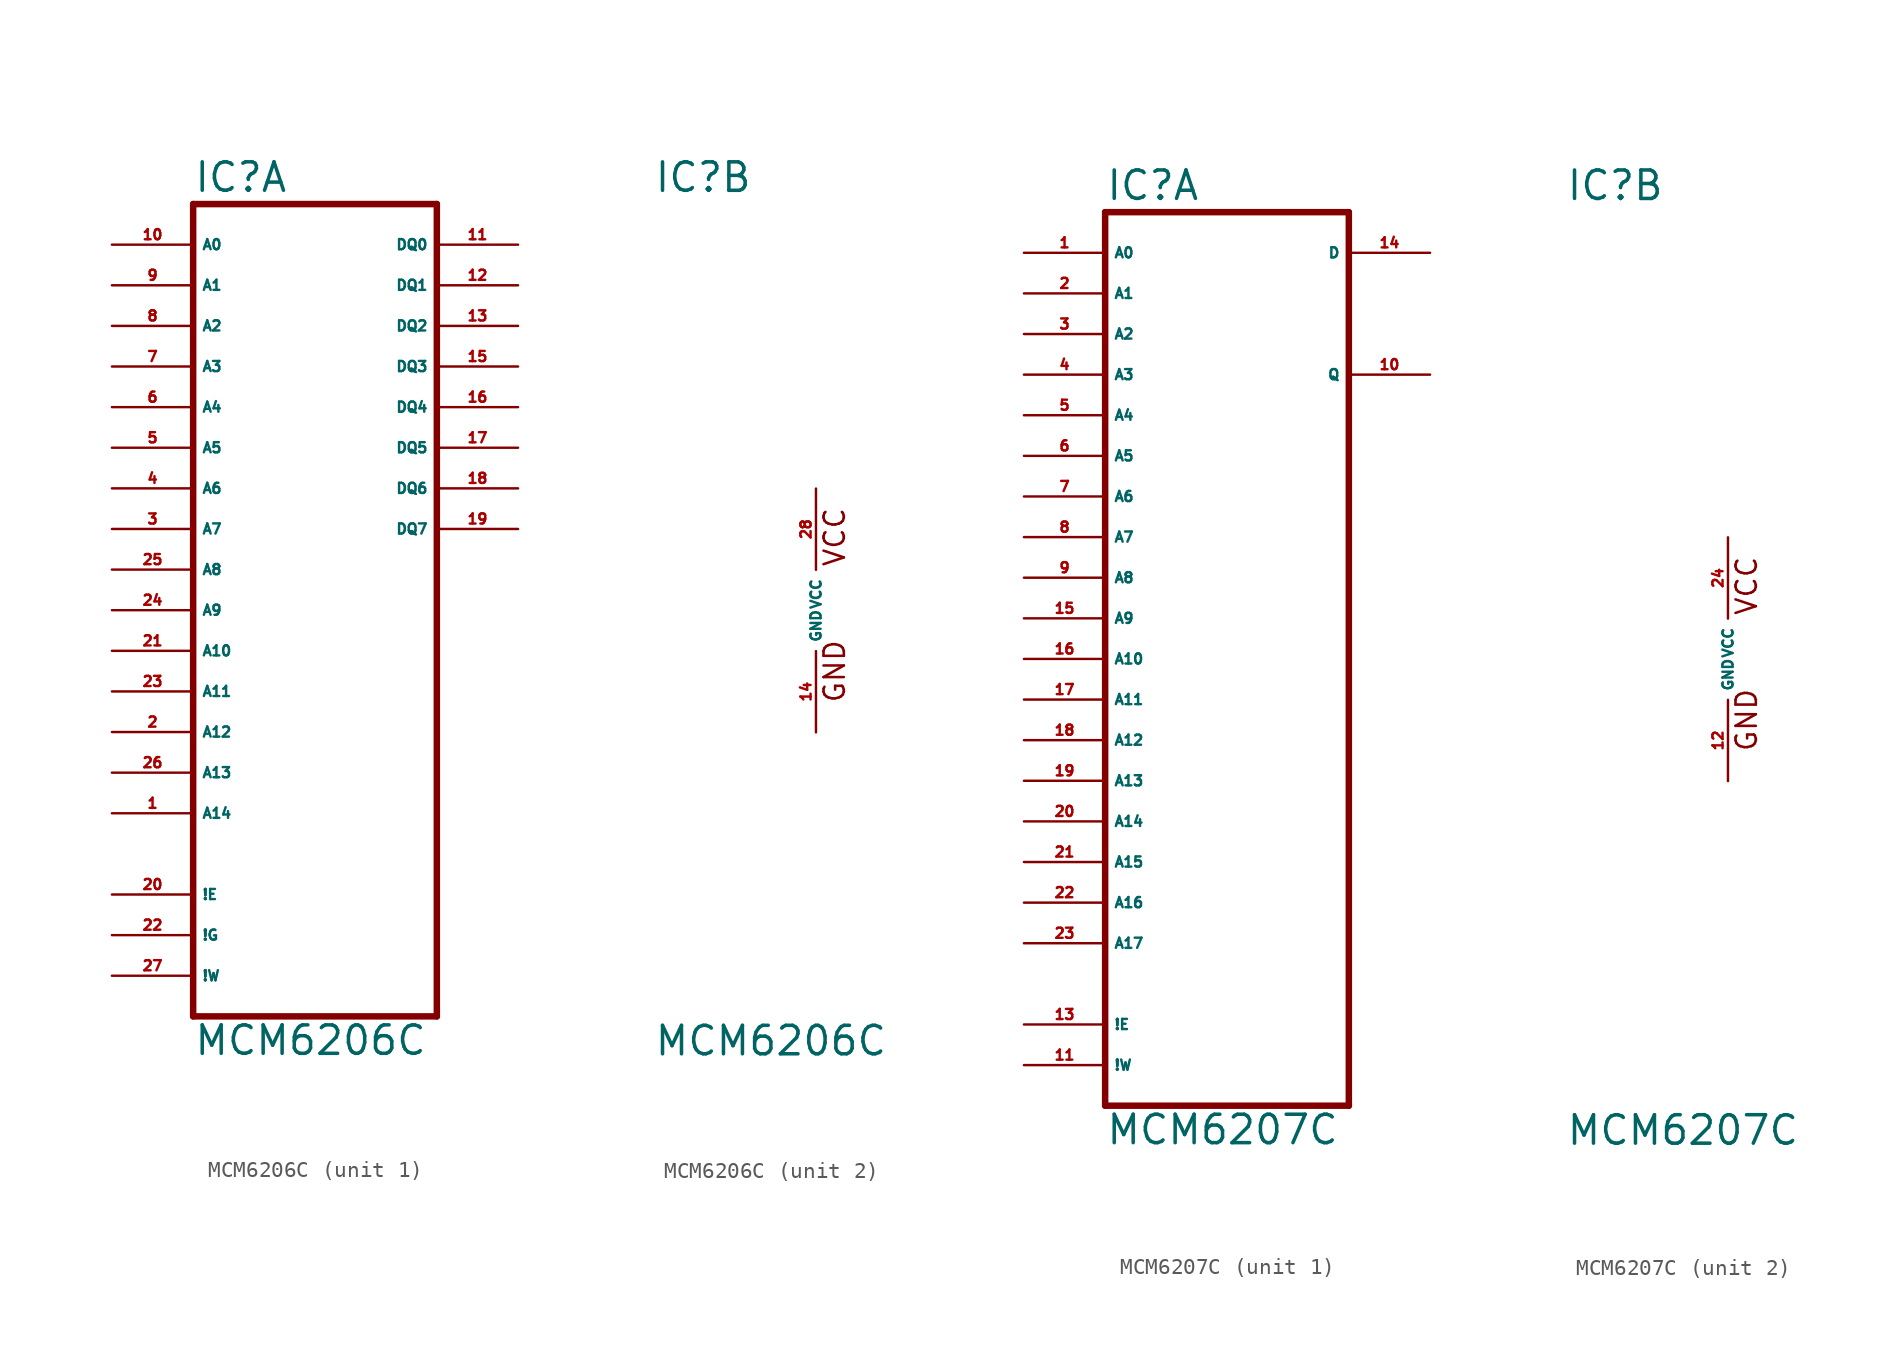
<source format=kicad_sym>
(kicad_symbol_lib
  (version 20220914)
  (generator Eagle2Kicad)
  (symbol "MCM6206C"
    (property "Reference" "IC"
      (at -10.16 26.035 0)
      (effects (font (size 1.778 1.778) (thickness 0.22)) (justify left bottom)))
    (property "Value" "MCM6206C"
      (at -10.16 -27.94 0)
      (effects (font (size 1.778 1.778) (thickness 0.22)) (justify left bottom)))
    (symbol "MCM6206C_1_0"
      (polyline (pts (xy -10.16 25.4) (xy -10.16 -25.4)) (stroke (width 0.406) (type default)) (fill (type none)))
      (polyline (pts (xy 5.08 -25.4) (xy -10.16 -25.4)) (stroke (width 0.406) (type default)) (fill (type none)))
      (polyline (pts (xy 5.08 -25.4) (xy 5.08 25.4)) (stroke (width 0.406) (type default)) (fill (type none)))
      (polyline (pts (xy -10.16 25.4) (xy 5.08 25.4)) (stroke (width 0.406) (type default)) (fill (type none)))
      (pin input line (at -15.24 22.86 0) (length 5.08) (name "A0" (effects (font (size 0.635 0.635) (thickness 0.08)) (justify left bottom))) (number "10" (effects (font (size 0.635 0.635) (thickness 0.08)) (justify left bottom))))
      (pin input line (at -15.24 20.32 0) (length 5.08) (name "A1" (effects (font (size 0.635 0.635) (thickness 0.08)) (justify left bottom))) (number "9" (effects (font (size 0.635 0.635) (thickness 0.08)) (justify left bottom))))
      (pin input line (at -15.24 17.78 0) (length 5.08) (name "A2" (effects (font (size 0.635 0.635) (thickness 0.08)) (justify left bottom))) (number "8" (effects (font (size 0.635 0.635) (thickness 0.08)) (justify left bottom))))
      (pin input line (at -15.24 15.24 0) (length 5.08) (name "A3" (effects (font (size 0.635 0.635) (thickness 0.08)) (justify left bottom))) (number "7" (effects (font (size 0.635 0.635) (thickness 0.08)) (justify left bottom))))
      (pin input line (at -15.24 12.7 0) (length 5.08) (name "A4" (effects (font (size 0.635 0.635) (thickness 0.08)) (justify left bottom))) (number "6" (effects (font (size 0.635 0.635) (thickness 0.08)) (justify left bottom))))
      (pin input line (at -15.24 10.16 0) (length 5.08) (name "A5" (effects (font (size 0.635 0.635) (thickness 0.08)) (justify left bottom))) (number "5" (effects (font (size 0.635 0.635) (thickness 0.08)) (justify left bottom))))
      (pin input line (at -15.24 7.62 0) (length 5.08) (name "A6" (effects (font (size 0.635 0.635) (thickness 0.08)) (justify left bottom))) (number "4" (effects (font (size 0.635 0.635) (thickness 0.08)) (justify left bottom))))
      (pin input line (at -15.24 5.08 0) (length 5.08) (name "A7" (effects (font (size 0.635 0.635) (thickness 0.08)) (justify left bottom))) (number "3" (effects (font (size 0.635 0.635) (thickness 0.08)) (justify left bottom))))
      (pin input line (at -15.24 2.54 0) (length 5.08) (name "A8" (effects (font (size 0.635 0.635) (thickness 0.08)) (justify left bottom))) (number "25" (effects (font (size 0.635 0.635) (thickness 0.08)) (justify left bottom))))
      (pin bidirectional line (at 10.16 22.86 180) (length 5.08) (name "DQ0" (effects (font (size 0.635 0.635) (thickness 0.08)) (justify left bottom))) (number "11" (effects (font (size 0.635 0.635) (thickness 0.08)) (justify left bottom))))
      (pin bidirectional line (at 10.16 20.32 180) (length 5.08) (name "DQ1" (effects (font (size 0.635 0.635) (thickness 0.08)) (justify left bottom))) (number "12" (effects (font (size 0.635 0.635) (thickness 0.08)) (justify left bottom))))
      (pin bidirectional line (at 10.16 17.78 180) (length 5.08) (name "DQ2" (effects (font (size 0.635 0.635) (thickness 0.08)) (justify left bottom))) (number "13" (effects (font (size 0.635 0.635) (thickness 0.08)) (justify left bottom))))
      (pin bidirectional line (at 10.16 15.24 180) (length 5.08) (name "DQ3" (effects (font (size 0.635 0.635) (thickness 0.08)) (justify left bottom))) (number "15" (effects (font (size 0.635 0.635) (thickness 0.08)) (justify left bottom))))
      (pin bidirectional line (at 10.16 12.7 180) (length 5.08) (name "DQ4" (effects (font (size 0.635 0.635) (thickness 0.08)) (justify left bottom))) (number "16" (effects (font (size 0.635 0.635) (thickness 0.08)) (justify left bottom))))
      (pin bidirectional line (at 10.16 10.16 180) (length 5.08) (name "DQ5" (effects (font (size 0.635 0.635) (thickness 0.08)) (justify left bottom))) (number "17" (effects (font (size 0.635 0.635) (thickness 0.08)) (justify left bottom))))
      (pin bidirectional line (at 10.16 7.62 180) (length 5.08) (name "DQ6" (effects (font (size 0.635 0.635) (thickness 0.08)) (justify left bottom))) (number "18" (effects (font (size 0.635 0.635) (thickness 0.08)) (justify left bottom))))
      (pin bidirectional line (at 10.16 5.08 180) (length 5.08) (name "DQ7" (effects (font (size 0.635 0.635) (thickness 0.08)) (justify left bottom))) (number "19" (effects (font (size 0.635 0.635) (thickness 0.08)) (justify left bottom))))
      (pin input line (at -15.24 0 0) (length 5.08) (name "A9" (effects (font (size 0.635 0.635) (thickness 0.08)) (justify left bottom))) (number "24" (effects (font (size 0.635 0.635) (thickness 0.08)) (justify left bottom))))
      (pin input line (at -15.24 -2.54 0) (length 5.08) (name "A10" (effects (font (size 0.635 0.635) (thickness 0.08)) (justify left bottom))) (number "21" (effects (font (size 0.635 0.635) (thickness 0.08)) (justify left bottom))))
      (pin input line (at -15.24 -5.08 0) (length 5.08) (name "A11" (effects (font (size 0.635 0.635) (thickness 0.08)) (justify left bottom))) (number "23" (effects (font (size 0.635 0.635) (thickness 0.08)) (justify left bottom))))
      (pin input line (at -15.24 -7.62 0) (length 5.08) (name "A12" (effects (font (size 0.635 0.635) (thickness 0.08)) (justify left bottom))) (number "2" (effects (font (size 0.635 0.635) (thickness 0.08)) (justify left bottom))))
      (pin input line (at -15.24 -10.16 0) (length 5.08) (name "A13" (effects (font (size 0.635 0.635) (thickness 0.08)) (justify left bottom))) (number "26" (effects (font (size 0.635 0.635) (thickness 0.08)) (justify left bottom))))
      (pin input line (at -15.24 -12.7 0) (length 5.08) (name "A14" (effects (font (size 0.635 0.635) (thickness 0.08)) (justify left bottom))) (number "1" (effects (font (size 0.635 0.635) (thickness 0.08)) (justify left bottom))))
      (pin input line (at -15.24 -17.78 0) (length 5.08) (name "!E" (effects (font (size 0.635 0.635) (thickness 0.08)) (justify left bottom))) (number "20" (effects (font (size 0.635 0.635) (thickness 0.08)) (justify left bottom))))
      (pin input line (at -15.24 -20.32 0) (length 5.08) (name "!G" (effects (font (size 0.635 0.635) (thickness 0.08)) (justify left bottom))) (number "22" (effects (font (size 0.635 0.635) (thickness 0.08)) (justify left bottom))))
      (pin input line (at -15.24 -22.86 0) (length 5.08) (name "!W" (effects (font (size 0.635 0.635) (thickness 0.08)) (justify left bottom))) (number "27" (effects (font (size 0.635 0.635) (thickness 0.08)) (justify left bottom)))))
    (symbol "MCM6206C_2_0"
      (text "GND" (at 1.905 -5.842 900) (effects (font (size 1.27 1.27) (thickness 0.16)) (justify left bottom)))
      (text "VCC" (at 1.905 2.667 900) (effects (font (size 1.27 1.27) (thickness 0.16)) (justify left bottom)))
      (pin unspecified line (at 0 -7.62 90) (length 5.08) (name "GND" (effects (font (size 0.635 0.635) (thickness 0.08)) (justify left bottom))) (number "14" (effects (font (size 0.635 0.635) (thickness 0.08)) (justify left bottom))))
      (pin unspecified line (at 0 7.62 270) (length 5.08) (name "VCC" (effects (font (size 0.635 0.635) (thickness 0.08)) (justify left bottom))) (number "28" (effects (font (size 0.635 0.635) (thickness 0.08)) (justify left bottom))))))
  (symbol "MCM6207C"
    (property "Reference" "IC"
      (at -10.16 28.575 0)
      (effects (font (size 1.778 1.778) (thickness 0.22)) (justify left bottom)))
    (property "Value" "MCM6207C"
      (at -10.16 -30.48 0)
      (effects (font (size 1.778 1.778) (thickness 0.22)) (justify left bottom)))
    (symbol "MCM6207C_1_0"
      (polyline (pts (xy -10.16 27.94) (xy -10.16 -27.94)) (stroke (width 0.406) (type default)) (fill (type none)))
      (polyline (pts (xy 5.08 -27.94) (xy -10.16 -27.94)) (stroke (width 0.406) (type default)) (fill (type none)))
      (polyline (pts (xy 5.08 -27.94) (xy 5.08 27.94)) (stroke (width 0.406) (type default)) (fill (type none)))
      (polyline (pts (xy -10.16 27.94) (xy 5.08 27.94)) (stroke (width 0.406) (type default)) (fill (type none)))
      (pin input line (at -15.24 25.4 0) (length 5.08) (name "A0" (effects (font (size 0.635 0.635) (thickness 0.08)) (justify left bottom))) (number "1" (effects (font (size 0.635 0.635) (thickness 0.08)) (justify left bottom))))
      (pin input line (at -15.24 22.86 0) (length 5.08) (name "A1" (effects (font (size 0.635 0.635) (thickness 0.08)) (justify left bottom))) (number "2" (effects (font (size 0.635 0.635) (thickness 0.08)) (justify left bottom))))
      (pin input line (at -15.24 20.32 0) (length 5.08) (name "A2" (effects (font (size 0.635 0.635) (thickness 0.08)) (justify left bottom))) (number "3" (effects (font (size 0.635 0.635) (thickness 0.08)) (justify left bottom))))
      (pin input line (at -15.24 17.78 0) (length 5.08) (name "A3" (effects (font (size 0.635 0.635) (thickness 0.08)) (justify left bottom))) (number "4" (effects (font (size 0.635 0.635) (thickness 0.08)) (justify left bottom))))
      (pin input line (at -15.24 15.24 0) (length 5.08) (name "A4" (effects (font (size 0.635 0.635) (thickness 0.08)) (justify left bottom))) (number "5" (effects (font (size 0.635 0.635) (thickness 0.08)) (justify left bottom))))
      (pin input line (at -15.24 12.7 0) (length 5.08) (name "A5" (effects (font (size 0.635 0.635) (thickness 0.08)) (justify left bottom))) (number "6" (effects (font (size 0.635 0.635) (thickness 0.08)) (justify left bottom))))
      (pin input line (at -15.24 10.16 0) (length 5.08) (name "A6" (effects (font (size 0.635 0.635) (thickness 0.08)) (justify left bottom))) (number "7" (effects (font (size 0.635 0.635) (thickness 0.08)) (justify left bottom))))
      (pin input line (at -15.24 7.62 0) (length 5.08) (name "A7" (effects (font (size 0.635 0.635) (thickness 0.08)) (justify left bottom))) (number "8" (effects (font (size 0.635 0.635) (thickness 0.08)) (justify left bottom))))
      (pin input line (at -15.24 5.08 0) (length 5.08) (name "A8" (effects (font (size 0.635 0.635) (thickness 0.08)) (justify left bottom))) (number "9" (effects (font (size 0.635 0.635) (thickness 0.08)) (justify left bottom))))
      (pin input line (at 10.16 25.4 180) (length 5.08) (name "D" (effects (font (size 0.635 0.635) (thickness 0.08)) (justify left bottom))) (number "14" (effects (font (size 0.635 0.635) (thickness 0.08)) (justify left bottom))))
      (pin input line (at -15.24 2.54 0) (length 5.08) (name "A9" (effects (font (size 0.635 0.635) (thickness 0.08)) (justify left bottom))) (number "15" (effects (font (size 0.635 0.635) (thickness 0.08)) (justify left bottom))))
      (pin input line (at -15.24 0 0) (length 5.08) (name "A10" (effects (font (size 0.635 0.635) (thickness 0.08)) (justify left bottom))) (number "16" (effects (font (size 0.635 0.635) (thickness 0.08)) (justify left bottom))))
      (pin input line (at -15.24 -2.54 0) (length 5.08) (name "A11" (effects (font (size 0.635 0.635) (thickness 0.08)) (justify left bottom))) (number "17" (effects (font (size 0.635 0.635) (thickness 0.08)) (justify left bottom))))
      (pin input line (at -15.24 -5.08 0) (length 5.08) (name "A12" (effects (font (size 0.635 0.635) (thickness 0.08)) (justify left bottom))) (number "18" (effects (font (size 0.635 0.635) (thickness 0.08)) (justify left bottom))))
      (pin input line (at -15.24 -7.62 0) (length 5.08) (name "A13" (effects (font (size 0.635 0.635) (thickness 0.08)) (justify left bottom))) (number "19" (effects (font (size 0.635 0.635) (thickness 0.08)) (justify left bottom))))
      (pin input line (at -15.24 -10.16 0) (length 5.08) (name "A14" (effects (font (size 0.635 0.635) (thickness 0.08)) (justify left bottom))) (number "20" (effects (font (size 0.635 0.635) (thickness 0.08)) (justify left bottom))))
      (pin input line (at -15.24 -22.86 0) (length 5.08) (name "!E" (effects (font (size 0.635 0.635) (thickness 0.08)) (justify left bottom))) (number "13" (effects (font (size 0.635 0.635) (thickness 0.08)) (justify left bottom))))
      (pin input line (at -15.24 -12.7 0) (length 5.08) (name "A15" (effects (font (size 0.635 0.635) (thickness 0.08)) (justify left bottom))) (number "21" (effects (font (size 0.635 0.635) (thickness 0.08)) (justify left bottom))))
      (pin input line (at -15.24 -25.4 0) (length 5.08) (name "!W" (effects (font (size 0.635 0.635) (thickness 0.08)) (justify left bottom))) (number "11" (effects (font (size 0.635 0.635) (thickness 0.08)) (justify left bottom))))
      (pin tri_state line (at 10.16 17.78 180) (length 5.08) (name "Q" (effects (font (size 0.635 0.635) (thickness 0.08)) (justify left bottom))) (number "10" (effects (font (size 0.635 0.635) (thickness 0.08)) (justify left bottom))))
      (pin input line (at -15.24 -15.24 0) (length 5.08) (name "A16" (effects (font (size 0.635 0.635) (thickness 0.08)) (justify left bottom))) (number "22" (effects (font (size 0.635 0.635) (thickness 0.08)) (justify left bottom))))
      (pin input line (at -15.24 -17.78 0) (length 5.08) (name "A17" (effects (font (size 0.635 0.635) (thickness 0.08)) (justify left bottom))) (number "23" (effects (font (size 0.635 0.635) (thickness 0.08)) (justify left bottom)))))
    (symbol "MCM6207C_2_0"
      (text "GND" (at 1.905 -5.842 900) (effects (font (size 1.27 1.27) (thickness 0.16)) (justify left bottom)))
      (text "VCC" (at 1.905 2.667 900) (effects (font (size 1.27 1.27) (thickness 0.16)) (justify left bottom)))
      (pin unspecified line (at 0 -7.62 90) (length 5.08) (name "GND" (effects (font (size 0.635 0.635) (thickness 0.08)) (justify left bottom))) (number "12" (effects (font (size 0.635 0.635) (thickness 0.08)) (justify left bottom))))
      (pin unspecified line (at 0 7.62 270) (length 5.08) (name "VCC" (effects (font (size 0.635 0.635) (thickness 0.08)) (justify left bottom))) (number "24" (effects (font (size 0.635 0.635) (thickness 0.08)) (justify left bottom)))))))
</source>
